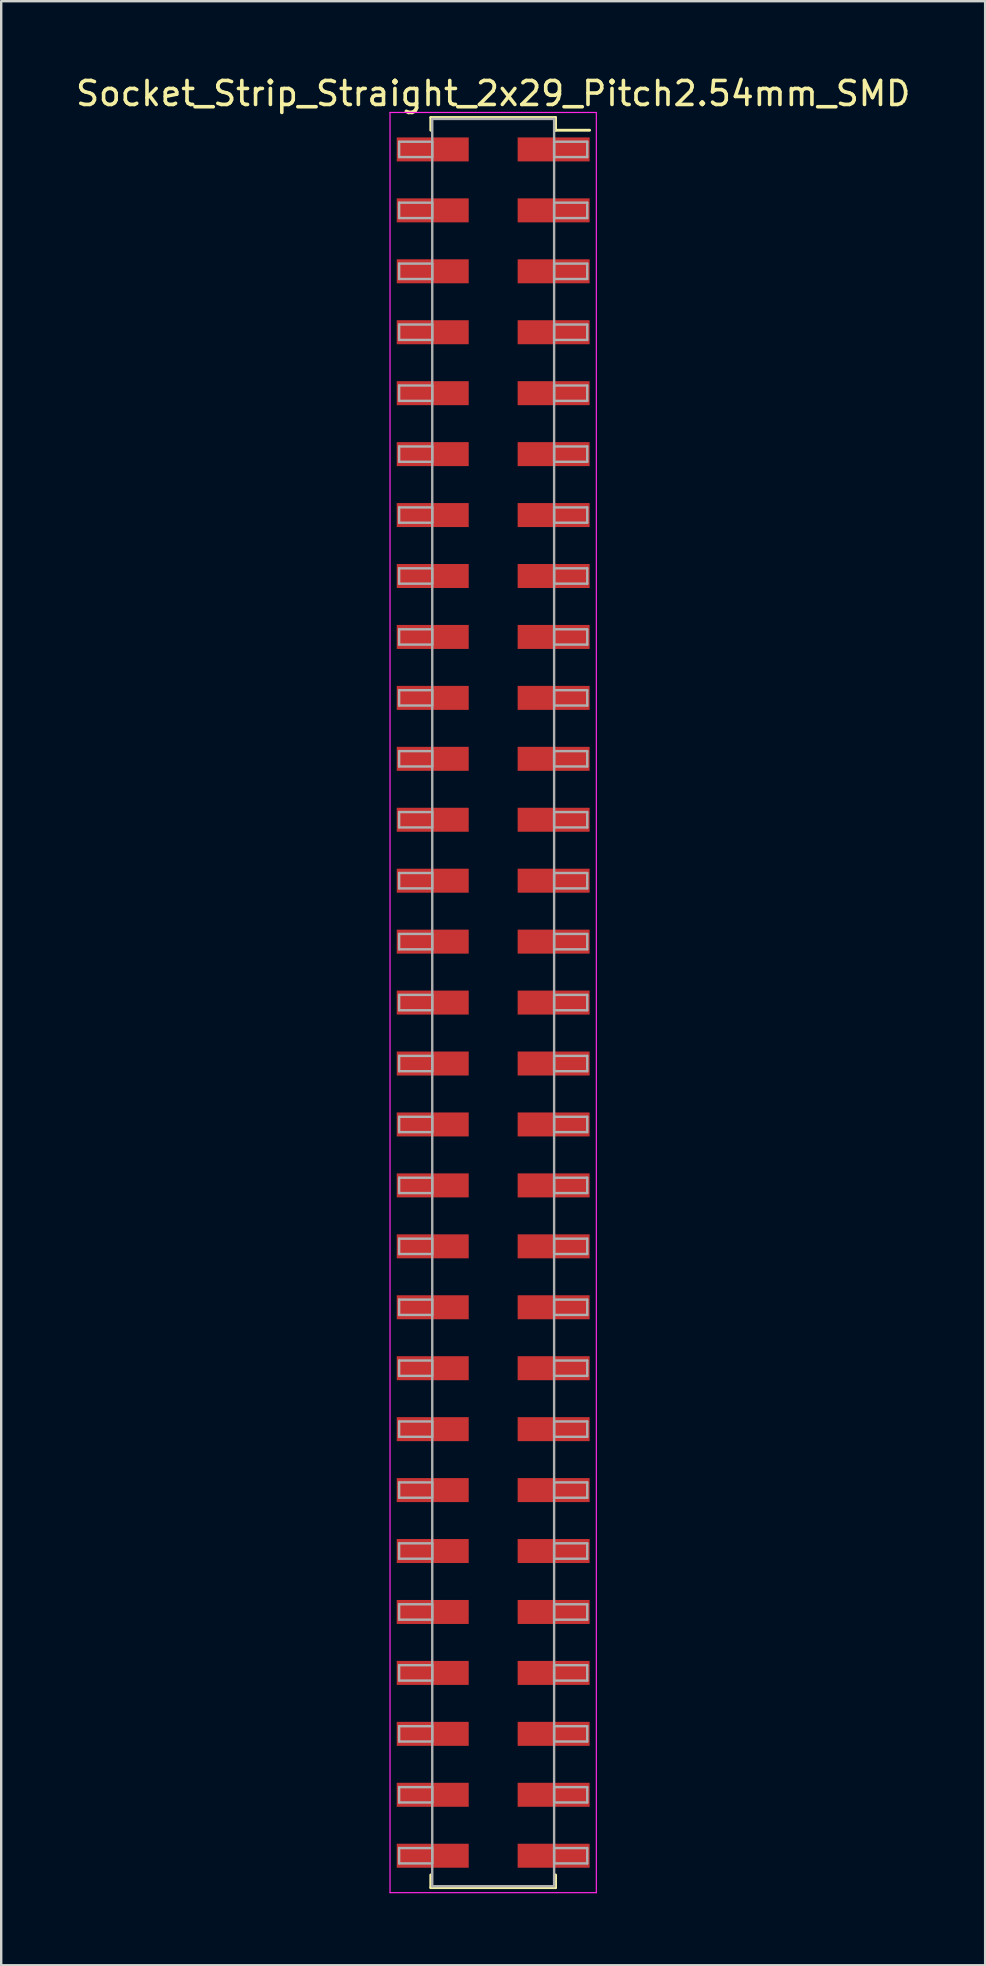
<source format=kicad_pcb>
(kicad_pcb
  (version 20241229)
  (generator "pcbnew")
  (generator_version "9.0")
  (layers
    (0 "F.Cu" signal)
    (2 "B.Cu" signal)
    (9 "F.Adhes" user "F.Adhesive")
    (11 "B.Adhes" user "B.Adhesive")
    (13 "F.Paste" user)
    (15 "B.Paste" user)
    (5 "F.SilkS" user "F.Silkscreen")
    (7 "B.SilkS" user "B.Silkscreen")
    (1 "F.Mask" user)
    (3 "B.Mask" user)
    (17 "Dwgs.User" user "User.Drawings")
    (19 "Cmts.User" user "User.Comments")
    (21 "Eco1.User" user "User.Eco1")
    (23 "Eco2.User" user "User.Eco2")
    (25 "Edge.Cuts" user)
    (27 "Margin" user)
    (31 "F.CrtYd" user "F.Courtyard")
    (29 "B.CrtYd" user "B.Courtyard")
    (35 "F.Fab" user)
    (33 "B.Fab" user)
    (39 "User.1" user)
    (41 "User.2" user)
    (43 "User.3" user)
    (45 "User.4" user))
  (footprint "Socket_Strip_Straight_2x29_Pitch2.54mm_SMD"
    (layer "F.Cu")
    (at 17.506 38.738)
    (property "Reference" "Socket_Strip_Straight_2x29_Pitch2.54mm_SMD" (at 0 -37.89 0) (layer "F.SilkS") (effects (font (size 1 1) (thickness 0.15))))
    (attr smd)
    (fp_line (start -2.6 -36.89) (end 2.6 -36.89) (stroke (width 0.12) (type solid)) (layer "F.SilkS"))
    (fp_line (start -2.6 -36.36) (end -2.6 -36.89) (stroke (width 0.12) (type solid)) (layer "F.SilkS"))
    (fp_line (start -2.6 36.36) (end -2.6 36.89) (stroke (width 0.12) (type solid)) (layer "F.SilkS"))
    (fp_line (start -2.6 36.89) (end 2.6 36.89) (stroke (width 0.12) (type solid)) (layer "F.SilkS"))
    (fp_line (start 2.6 -36.89) (end 2.6 -36.36) (stroke (width 0.12) (type solid)) (layer "F.SilkS"))
    (fp_line (start 2.6 36.89) (end 2.6 36.36) (stroke (width 0.12) (type solid)) (layer "F.SilkS"))
    (fp_line (start 4.02 -36.36) (end 2.6 -36.36) (stroke (width 0.12) (type solid)) (layer "F.SilkS"))
    (fp_line (start -4.3 -37.1) (end -4.3 37.1) (stroke (width 0.05) (type solid)) (layer "F.CrtYd"))
    (fp_line (start -4.3 37.1) (end 4.3 37.1) (stroke (width 0.05) (type solid)) (layer "F.CrtYd"))
    (fp_line (start 4.3 -37.1) (end -4.3 -37.1) (stroke (width 0.05) (type solid)) (layer "F.CrtYd"))
    (fp_line (start 4.3 37.1) (end 4.3 -37.1) (stroke (width 0.05) (type solid)) (layer "F.CrtYd"))
    (fp_line (start -3.92 -35.88) (end -2.54 -35.88) (stroke (width 0.1) (type solid)) (layer "F.Fab"))
    (fp_line (start -3.92 -35.24) (end -3.92 -35.88) (stroke (width 0.1) (type solid)) (layer "F.Fab"))
    (fp_line (start -3.92 -33.34) (end -2.54 -33.34) (stroke (width 0.1) (type solid)) (layer "F.Fab"))
    (fp_line (start -3.92 -32.7) (end -3.92 -33.34) (stroke (width 0.1) (type solid)) (layer "F.Fab"))
    (fp_line (start -3.92 -30.8) (end -2.54 -30.8) (stroke (width 0.1) (type solid)) (layer "F.Fab"))
    (fp_line (start -3.92 -30.16) (end -3.92 -30.8) (stroke (width 0.1) (type solid)) (layer "F.Fab"))
    (fp_line (start -3.92 -28.26) (end -2.54 -28.26) (stroke (width 0.1) (type solid)) (layer "F.Fab"))
    (fp_line (start -3.92 -27.62) (end -3.92 -28.26) (stroke (width 0.1) (type solid)) (layer "F.Fab"))
    (fp_line (start -3.92 -25.72) (end -2.54 -25.72) (stroke (width 0.1) (type solid)) (layer "F.Fab"))
    (fp_line (start -3.92 -25.08) (end -3.92 -25.72) (stroke (width 0.1) (type solid)) (layer "F.Fab"))
    (fp_line (start -3.92 -23.18) (end -2.54 -23.18) (stroke (width 0.1) (type solid)) (layer "F.Fab"))
    (fp_line (start -3.92 -22.54) (end -3.92 -23.18) (stroke (width 0.1) (type solid)) (layer "F.Fab"))
    (fp_line (start -3.92 -20.64) (end -2.54 -20.64) (stroke (width 0.1) (type solid)) (layer "F.Fab"))
    (fp_line (start -3.92 -20) (end -3.92 -20.64) (stroke (width 0.1) (type solid)) (layer "F.Fab"))
    (fp_line (start -3.92 -18.1) (end -2.54 -18.1) (stroke (width 0.1) (type solid)) (layer "F.Fab"))
    (fp_line (start -3.92 -17.46) (end -3.92 -18.1) (stroke (width 0.1) (type solid)) (layer "F.Fab"))
    (fp_line (start -3.92 -15.56) (end -2.54 -15.56) (stroke (width 0.1) (type solid)) (layer "F.Fab"))
    (fp_line (start -3.92 -14.92) (end -3.92 -15.56) (stroke (width 0.1) (type solid)) (layer "F.Fab"))
    (fp_line (start -3.92 -13.02) (end -2.54 -13.02) (stroke (width 0.1) (type solid)) (layer "F.Fab"))
    (fp_line (start -3.92 -12.38) (end -3.92 -13.02) (stroke (width 0.1) (type solid)) (layer "F.Fab"))
    (fp_line (start -3.92 -10.48) (end -2.54 -10.48) (stroke (width 0.1) (type solid)) (layer "F.Fab"))
    (fp_line (start -3.92 -9.84) (end -3.92 -10.48) (stroke (width 0.1) (type solid)) (layer "F.Fab"))
    (fp_line (start -3.92 -7.94) (end -2.54 -7.94) (stroke (width 0.1) (type solid)) (layer "F.Fab"))
    (fp_line (start -3.92 -7.3) (end -3.92 -7.94) (stroke (width 0.1) (type solid)) (layer "F.Fab"))
    (fp_line (start -3.92 -5.4) (end -2.54 -5.4) (stroke (width 0.1) (type solid)) (layer "F.Fab"))
    (fp_line (start -3.92 -4.76) (end -3.92 -5.4) (stroke (width 0.1) (type solid)) (layer "F.Fab"))
    (fp_line (start -3.92 -2.86) (end -2.54 -2.86) (stroke (width 0.1) (type solid)) (layer "F.Fab"))
    (fp_line (start -3.92 -2.22) (end -3.92 -2.86) (stroke (width 0.1) (type solid)) (layer "F.Fab"))
    (fp_line (start -3.92 -0.32) (end -2.54 -0.32) (stroke (width 0.1) (type solid)) (layer "F.Fab"))
    (fp_line (start -3.92 0.32) (end -3.92 -0.32) (stroke (width 0.1) (type solid)) (layer "F.Fab"))
    (fp_line (start -3.92 2.22) (end -2.54 2.22) (stroke (width 0.1) (type solid)) (layer "F.Fab"))
    (fp_line (start -3.92 2.86) (end -3.92 2.22) (stroke (width 0.1) (type solid)) (layer "F.Fab"))
    (fp_line (start -3.92 4.76) (end -2.54 4.76) (stroke (width 0.1) (type solid)) (layer "F.Fab"))
    (fp_line (start -3.92 5.4) (end -3.92 4.76) (stroke (width 0.1) (type solid)) (layer "F.Fab"))
    (fp_line (start -3.92 7.3) (end -2.54 7.3) (stroke (width 0.1) (type solid)) (layer "F.Fab"))
    (fp_line (start -3.92 7.94) (end -3.92 7.3) (stroke (width 0.1) (type solid)) (layer "F.Fab"))
    (fp_line (start -3.92 9.84) (end -2.54 9.84) (stroke (width 0.1) (type solid)) (layer "F.Fab"))
    (fp_line (start -3.92 10.48) (end -3.92 9.84) (stroke (width 0.1) (type solid)) (layer "F.Fab"))
    (fp_line (start -3.92 12.38) (end -2.54 12.38) (stroke (width 0.1) (type solid)) (layer "F.Fab"))
    (fp_line (start -3.92 13.02) (end -3.92 12.38) (stroke (width 0.1) (type solid)) (layer "F.Fab"))
    (fp_line (start -3.92 14.92) (end -2.54 14.92) (stroke (width 0.1) (type solid)) (layer "F.Fab"))
    (fp_line (start -3.92 15.56) (end -3.92 14.92) (stroke (width 0.1) (type solid)) (layer "F.Fab"))
    (fp_line (start -3.92 17.46) (end -2.54 17.46) (stroke (width 0.1) (type solid)) (layer "F.Fab"))
    (fp_line (start -3.92 18.1) (end -3.92 17.46) (stroke (width 0.1) (type solid)) (layer "F.Fab"))
    (fp_line (start -3.92 20) (end -2.54 20) (stroke (width 0.1) (type solid)) (layer "F.Fab"))
    (fp_line (start -3.92 20.64) (end -3.92 20) (stroke (width 0.1) (type solid)) (layer "F.Fab"))
    (fp_line (start -3.92 22.54) (end -2.54 22.54) (stroke (width 0.1) (type solid)) (layer "F.Fab"))
    (fp_line (start -3.92 23.18) (end -3.92 22.54) (stroke (width 0.1) (type solid)) (layer "F.Fab"))
    (fp_line (start -3.92 25.08) (end -2.54 25.08) (stroke (width 0.1) (type solid)) (layer "F.Fab"))
    (fp_line (start -3.92 25.72) (end -3.92 25.08) (stroke (width 0.1) (type solid)) (layer "F.Fab"))
    (fp_line (start -3.92 27.62) (end -2.54 27.62) (stroke (width 0.1) (type solid)) (layer "F.Fab"))
    (fp_line (start -3.92 28.26) (end -3.92 27.62) (stroke (width 0.1) (type solid)) (layer "F.Fab"))
    (fp_line (start -3.92 30.16) (end -2.54 30.16) (stroke (width 0.1) (type solid)) (layer "F.Fab"))
    (fp_line (start -3.92 30.8) (end -3.92 30.16) (stroke (width 0.1) (type solid)) (layer "F.Fab"))
    (fp_line (start -3.92 32.7) (end -2.54 32.7) (stroke (width 0.1) (type solid)) (layer "F.Fab"))
    (fp_line (start -3.92 33.34) (end -3.92 32.7) (stroke (width 0.1) (type solid)) (layer "F.Fab"))
    (fp_line (start -3.92 35.24) (end -2.54 35.24) (stroke (width 0.1) (type solid)) (layer "F.Fab"))
    (fp_line (start -3.92 35.88) (end -3.92 35.24) (stroke (width 0.1) (type solid)) (layer "F.Fab"))
    (fp_line (start -2.54 -36.83) (end -2.54 36.83) (stroke (width 0.1) (type solid)) (layer "F.Fab"))
    (fp_line (start -2.54 -35.88) (end -2.54 -35.24) (stroke (width 0.1) (type solid)) (layer "F.Fab"))
    (fp_line (start -2.54 -35.24) (end -3.92 -35.24) (stroke (width 0.1) (type solid)) (layer "F.Fab"))
    (fp_line (start -2.54 -33.34) (end -2.54 -32.7) (stroke (width 0.1) (type solid)) (layer "F.Fab"))
    (fp_line (start -2.54 -32.7) (end -3.92 -32.7) (stroke (width 0.1) (type solid)) (layer "F.Fab"))
    (fp_line (start -2.54 -30.8) (end -2.54 -30.16) (stroke (width 0.1) (type solid)) (layer "F.Fab"))
    (fp_line (start -2.54 -30.16) (end -3.92 -30.16) (stroke (width 0.1) (type solid)) (layer "F.Fab"))
    (fp_line (start -2.54 -28.26) (end -2.54 -27.62) (stroke (width 0.1) (type solid)) (layer "F.Fab"))
    (fp_line (start -2.54 -27.62) (end -3.92 -27.62) (stroke (width 0.1) (type solid)) (layer "F.Fab"))
    (fp_line (start -2.54 -25.72) (end -2.54 -25.08) (stroke (width 0.1) (type solid)) (layer "F.Fab"))
    (fp_line (start -2.54 -25.08) (end -3.92 -25.08) (stroke (width 0.1) (type solid)) (layer "F.Fab"))
    (fp_line (start -2.54 -23.18) (end -2.54 -22.54) (stroke (width 0.1) (type solid)) (layer "F.Fab"))
    (fp_line (start -2.54 -22.54) (end -3.92 -22.54) (stroke (width 0.1) (type solid)) (layer "F.Fab"))
    (fp_line (start -2.54 -20.64) (end -2.54 -20) (stroke (width 0.1) (type solid)) (layer "F.Fab"))
    (fp_line (start -2.54 -20) (end -3.92 -20) (stroke (width 0.1) (type solid)) (layer "F.Fab"))
    (fp_line (start -2.54 -18.1) (end -2.54 -17.46) (stroke (width 0.1) (type solid)) (layer "F.Fab"))
    (fp_line (start -2.54 -17.46) (end -3.92 -17.46) (stroke (width 0.1) (type solid)) (layer "F.Fab"))
    (fp_line (start -2.54 -15.56) (end -2.54 -14.92) (stroke (width 0.1) (type solid)) (layer "F.Fab"))
    (fp_line (start -2.54 -14.92) (end -3.92 -14.92) (stroke (width 0.1) (type solid)) (layer "F.Fab"))
    (fp_line (start -2.54 -13.02) (end -2.54 -12.38) (stroke (width 0.1) (type solid)) (layer "F.Fab"))
    (fp_line (start -2.54 -12.38) (end -3.92 -12.38) (stroke (width 0.1) (type solid)) (layer "F.Fab"))
    (fp_line (start -2.54 -10.48) (end -2.54 -9.84) (stroke (width 0.1) (type solid)) (layer "F.Fab"))
    (fp_line (start -2.54 -9.84) (end -3.92 -9.84) (stroke (width 0.1) (type solid)) (layer "F.Fab"))
    (fp_line (start -2.54 -7.94) (end -2.54 -7.3) (stroke (width 0.1) (type solid)) (layer "F.Fab"))
    (fp_line (start -2.54 -7.3) (end -3.92 -7.3) (stroke (width 0.1) (type solid)) (layer "F.Fab"))
    (fp_line (start -2.54 -5.4) (end -2.54 -4.76) (stroke (width 0.1) (type solid)) (layer "F.Fab"))
    (fp_line (start -2.54 -4.76) (end -3.92 -4.76) (stroke (width 0.1) (type solid)) (layer "F.Fab"))
    (fp_line (start -2.54 -2.86) (end -2.54 -2.22) (stroke (width 0.1) (type solid)) (layer "F.Fab"))
    (fp_line (start -2.54 -2.22) (end -3.92 -2.22) (stroke (width 0.1) (type solid)) (layer "F.Fab"))
    (fp_line (start -2.54 -0.32) (end -2.54 0.32) (stroke (width 0.1) (type solid)) (layer "F.Fab"))
    (fp_line (start -2.54 0.32) (end -3.92 0.32) (stroke (width 0.1) (type solid)) (layer "F.Fab"))
    (fp_line (start -2.54 2.22) (end -2.54 2.86) (stroke (width 0.1) (type solid)) (layer "F.Fab"))
    (fp_line (start -2.54 2.86) (end -3.92 2.86) (stroke (width 0.1) (type solid)) (layer "F.Fab"))
    (fp_line (start -2.54 4.76) (end -2.54 5.4) (stroke (width 0.1) (type solid)) (layer "F.Fab"))
    (fp_line (start -2.54 5.4) (end -3.92 5.4) (stroke (width 0.1) (type solid)) (layer "F.Fab"))
    (fp_line (start -2.54 7.3) (end -2.54 7.94) (stroke (width 0.1) (type solid)) (layer "F.Fab"))
    (fp_line (start -2.54 7.94) (end -3.92 7.94) (stroke (width 0.1) (type solid)) (layer "F.Fab"))
    (fp_line (start -2.54 9.84) (end -2.54 10.48) (stroke (width 0.1) (type solid)) (layer "F.Fab"))
    (fp_line (start -2.54 10.48) (end -3.92 10.48) (stroke (width 0.1) (type solid)) (layer "F.Fab"))
    (fp_line (start -2.54 12.38) (end -2.54 13.02) (stroke (width 0.1) (type solid)) (layer "F.Fab"))
    (fp_line (start -2.54 13.02) (end -3.92 13.02) (stroke (width 0.1) (type solid)) (layer "F.Fab"))
    (fp_line (start -2.54 14.92) (end -2.54 15.56) (stroke (width 0.1) (type solid)) (layer "F.Fab"))
    (fp_line (start -2.54 15.56) (end -3.92 15.56) (stroke (width 0.1) (type solid)) (layer "F.Fab"))
    (fp_line (start -2.54 17.46) (end -2.54 18.1) (stroke (width 0.1) (type solid)) (layer "F.Fab"))
    (fp_line (start -2.54 18.1) (end -3.92 18.1) (stroke (width 0.1) (type solid)) (layer "F.Fab"))
    (fp_line (start -2.54 20) (end -2.54 20.64) (stroke (width 0.1) (type solid)) (layer "F.Fab"))
    (fp_line (start -2.54 20.64) (end -3.92 20.64) (stroke (width 0.1) (type solid)) (layer "F.Fab"))
    (fp_line (start -2.54 22.54) (end -2.54 23.18) (stroke (width 0.1) (type solid)) (layer "F.Fab"))
    (fp_line (start -2.54 23.18) (end -3.92 23.18) (stroke (width 0.1) (type solid)) (layer "F.Fab"))
    (fp_line (start -2.54 25.08) (end -2.54 25.72) (stroke (width 0.1) (type solid)) (layer "F.Fab"))
    (fp_line (start -2.54 25.72) (end -3.92 25.72) (stroke (width 0.1) (type solid)) (layer "F.Fab"))
    (fp_line (start -2.54 27.62) (end -2.54 28.26) (stroke (width 0.1) (type solid)) (layer "F.Fab"))
    (fp_line (start -2.54 28.26) (end -3.92 28.26) (stroke (width 0.1) (type solid)) (layer "F.Fab"))
    (fp_line (start -2.54 30.16) (end -2.54 30.8) (stroke (width 0.1) (type solid)) (layer "F.Fab"))
    (fp_line (start -2.54 30.8) (end -3.92 30.8) (stroke (width 0.1) (type solid)) (layer "F.Fab"))
    (fp_line (start -2.54 32.7) (end -2.54 33.34) (stroke (width 0.1) (type solid)) (layer "F.Fab"))
    (fp_line (start -2.54 33.34) (end -3.92 33.34) (stroke (width 0.1) (type solid)) (layer "F.Fab"))
    (fp_line (start -2.54 35.24) (end -2.54 35.88) (stroke (width 0.1) (type solid)) (layer "F.Fab"))
    (fp_line (start -2.54 35.88) (end -3.92 35.88) (stroke (width 0.1) (type solid)) (layer "F.Fab"))
    (fp_line (start -2.54 36.83) (end 2.54 36.83) (stroke (width 0.1) (type solid)) (layer "F.Fab"))
    (fp_line (start 2.54 -36.83) (end -2.54 -36.83) (stroke (width 0.1) (type solid)) (layer "F.Fab"))
    (fp_line (start 2.54 -35.88) (end 2.54 -35.24) (stroke (width 0.1) (type solid)) (layer "F.Fab"))
    (fp_line (start 2.54 -35.24) (end 3.92 -35.24) (stroke (width 0.1) (type solid)) (layer "F.Fab"))
    (fp_line (start 2.54 -33.34) (end 2.54 -32.7) (stroke (width 0.1) (type solid)) (layer "F.Fab"))
    (fp_line (start 2.54 -32.7) (end 3.92 -32.7) (stroke (width 0.1) (type solid)) (layer "F.Fab"))
    (fp_line (start 2.54 -30.8) (end 2.54 -30.16) (stroke (width 0.1) (type solid)) (layer "F.Fab"))
    (fp_line (start 2.54 -30.16) (end 3.92 -30.16) (stroke (width 0.1) (type solid)) (layer "F.Fab"))
    (fp_line (start 2.54 -28.26) (end 2.54 -27.62) (stroke (width 0.1) (type solid)) (layer "F.Fab"))
    (fp_line (start 2.54 -27.62) (end 3.92 -27.62) (stroke (width 0.1) (type solid)) (layer "F.Fab"))
    (fp_line (start 2.54 -25.72) (end 2.54 -25.08) (stroke (width 0.1) (type solid)) (layer "F.Fab"))
    (fp_line (start 2.54 -25.08) (end 3.92 -25.08) (stroke (width 0.1) (type solid)) (layer "F.Fab"))
    (fp_line (start 2.54 -23.18) (end 2.54 -22.54) (stroke (width 0.1) (type solid)) (layer "F.Fab"))
    (fp_line (start 2.54 -22.54) (end 3.92 -22.54) (stroke (width 0.1) (type solid)) (layer "F.Fab"))
    (fp_line (start 2.54 -20.64) (end 2.54 -20) (stroke (width 0.1) (type solid)) (layer "F.Fab"))
    (fp_line (start 2.54 -20) (end 3.92 -20) (stroke (width 0.1) (type solid)) (layer "F.Fab"))
    (fp_line (start 2.54 -18.1) (end 2.54 -17.46) (stroke (width 0.1) (type solid)) (layer "F.Fab"))
    (fp_line (start 2.54 -17.46) (end 3.92 -17.46) (stroke (width 0.1) (type solid)) (layer "F.Fab"))
    (fp_line (start 2.54 -15.56) (end 2.54 -14.92) (stroke (width 0.1) (type solid)) (layer "F.Fab"))
    (fp_line (start 2.54 -14.92) (end 3.92 -14.92) (stroke (width 0.1) (type solid)) (layer "F.Fab"))
    (fp_line (start 2.54 -13.02) (end 2.54 -12.38) (stroke (width 0.1) (type solid)) (layer "F.Fab"))
    (fp_line (start 2.54 -12.38) (end 3.92 -12.38) (stroke (width 0.1) (type solid)) (layer "F.Fab"))
    (fp_line (start 2.54 -10.48) (end 2.54 -9.84) (stroke (width 0.1) (type solid)) (layer "F.Fab"))
    (fp_line (start 2.54 -9.84) (end 3.92 -9.84) (stroke (width 0.1) (type solid)) (layer "F.Fab"))
    (fp_line (start 2.54 -7.94) (end 2.54 -7.3) (stroke (width 0.1) (type solid)) (layer "F.Fab"))
    (fp_line (start 2.54 -7.3) (end 3.92 -7.3) (stroke (width 0.1) (type solid)) (layer "F.Fab"))
    (fp_line (start 2.54 -5.4) (end 2.54 -4.76) (stroke (width 0.1) (type solid)) (layer "F.Fab"))
    (fp_line (start 2.54 -4.76) (end 3.92 -4.76) (stroke (width 0.1) (type solid)) (layer "F.Fab"))
    (fp_line (start 2.54 -2.86) (end 2.54 -2.22) (stroke (width 0.1) (type solid)) (layer "F.Fab"))
    (fp_line (start 2.54 -2.22) (end 3.92 -2.22) (stroke (width 0.1) (type solid)) (layer "F.Fab"))
    (fp_line (start 2.54 -0.32) (end 2.54 0.32) (stroke (width 0.1) (type solid)) (layer "F.Fab"))
    (fp_line (start 2.54 0.32) (end 3.92 0.32) (stroke (width 0.1) (type solid)) (layer "F.Fab"))
    (fp_line (start 2.54 2.22) (end 2.54 2.86) (stroke (width 0.1) (type solid)) (layer "F.Fab"))
    (fp_line (start 2.54 2.86) (end 3.92 2.86) (stroke (width 0.1) (type solid)) (layer "F.Fab"))
    (fp_line (start 2.54 4.76) (end 2.54 5.4) (stroke (width 0.1) (type solid)) (layer "F.Fab"))
    (fp_line (start 2.54 5.4) (end 3.92 5.4) (stroke (width 0.1) (type solid)) (layer "F.Fab"))
    (fp_line (start 2.54 7.3) (end 2.54 7.94) (stroke (width 0.1) (type solid)) (layer "F.Fab"))
    (fp_line (start 2.54 7.94) (end 3.92 7.94) (stroke (width 0.1) (type solid)) (layer "F.Fab"))
    (fp_line (start 2.54 9.84) (end 2.54 10.48) (stroke (width 0.1) (type solid)) (layer "F.Fab"))
    (fp_line (start 2.54 10.48) (end 3.92 10.48) (stroke (width 0.1) (type solid)) (layer "F.Fab"))
    (fp_line (start 2.54 12.38) (end 2.54 13.02) (stroke (width 0.1) (type solid)) (layer "F.Fab"))
    (fp_line (start 2.54 13.02) (end 3.92 13.02) (stroke (width 0.1) (type solid)) (layer "F.Fab"))
    (fp_line (start 2.54 14.92) (end 2.54 15.56) (stroke (width 0.1) (type solid)) (layer "F.Fab"))
    (fp_line (start 2.54 15.56) (end 3.92 15.56) (stroke (width 0.1) (type solid)) (layer "F.Fab"))
    (fp_line (start 2.54 17.46) (end 2.54 18.1) (stroke (width 0.1) (type solid)) (layer "F.Fab"))
    (fp_line (start 2.54 18.1) (end 3.92 18.1) (stroke (width 0.1) (type solid)) (layer "F.Fab"))
    (fp_line (start 2.54 20) (end 2.54 20.64) (stroke (width 0.1) (type solid)) (layer "F.Fab"))
    (fp_line (start 2.54 20.64) (end 3.92 20.64) (stroke (width 0.1) (type solid)) (layer "F.Fab"))
    (fp_line (start 2.54 22.54) (end 2.54 23.18) (stroke (width 0.1) (type solid)) (layer "F.Fab"))
    (fp_line (start 2.54 23.18) (end 3.92 23.18) (stroke (width 0.1) (type solid)) (layer "F.Fab"))
    (fp_line (start 2.54 25.08) (end 2.54 25.72) (stroke (width 0.1) (type solid)) (layer "F.Fab"))
    (fp_line (start 2.54 25.72) (end 3.92 25.72) (stroke (width 0.1) (type solid)) (layer "F.Fab"))
    (fp_line (start 2.54 27.62) (end 2.54 28.26) (stroke (width 0.1) (type solid)) (layer "F.Fab"))
    (fp_line (start 2.54 28.26) (end 3.92 28.26) (stroke (width 0.1) (type solid)) (layer "F.Fab"))
    (fp_line (start 2.54 30.16) (end 2.54 30.8) (stroke (width 0.1) (type solid)) (layer "F.Fab"))
    (fp_line (start 2.54 30.8) (end 3.92 30.8) (stroke (width 0.1) (type solid)) (layer "F.Fab"))
    (fp_line (start 2.54 32.7) (end 2.54 33.34) (stroke (width 0.1) (type solid)) (layer "F.Fab"))
    (fp_line (start 2.54 33.34) (end 3.92 33.34) (stroke (width 0.1) (type solid)) (layer "F.Fab"))
    (fp_line (start 2.54 35.24) (end 2.54 35.88) (stroke (width 0.1) (type solid)) (layer "F.Fab"))
    (fp_line (start 2.54 35.88) (end 3.92 35.88) (stroke (width 0.1) (type solid)) (layer "F.Fab"))
    (fp_line (start 2.54 36.83) (end 2.54 -36.83) (stroke (width 0.1) (type solid)) (layer "F.Fab"))
    (fp_line (start 3.92 -35.88) (end 2.54 -35.88) (stroke (width 0.1) (type solid)) (layer "F.Fab"))
    (fp_line (start 3.92 -35.24) (end 3.92 -35.88) (stroke (width 0.1) (type solid)) (layer "F.Fab"))
    (fp_line (start 3.92 -33.34) (end 2.54 -33.34) (stroke (width 0.1) (type solid)) (layer "F.Fab"))
    (fp_line (start 3.92 -32.7) (end 3.92 -33.34) (stroke (width 0.1) (type solid)) (layer "F.Fab"))
    (fp_line (start 3.92 -30.8) (end 2.54 -30.8) (stroke (width 0.1) (type solid)) (layer "F.Fab"))
    (fp_line (start 3.92 -30.16) (end 3.92 -30.8) (stroke (width 0.1) (type solid)) (layer "F.Fab"))
    (fp_line (start 3.92 -28.26) (end 2.54 -28.26) (stroke (width 0.1) (type solid)) (layer "F.Fab"))
    (fp_line (start 3.92 -27.62) (end 3.92 -28.26) (stroke (width 0.1) (type solid)) (layer "F.Fab"))
    (fp_line (start 3.92 -25.72) (end 2.54 -25.72) (stroke (width 0.1) (type solid)) (layer "F.Fab"))
    (fp_line (start 3.92 -25.08) (end 3.92 -25.72) (stroke (width 0.1) (type solid)) (layer "F.Fab"))
    (fp_line (start 3.92 -23.18) (end 2.54 -23.18) (stroke (width 0.1) (type solid)) (layer "F.Fab"))
    (fp_line (start 3.92 -22.54) (end 3.92 -23.18) (stroke (width 0.1) (type solid)) (layer "F.Fab"))
    (fp_line (start 3.92 -20.64) (end 2.54 -20.64) (stroke (width 0.1) (type solid)) (layer "F.Fab"))
    (fp_line (start 3.92 -20) (end 3.92 -20.64) (stroke (width 0.1) (type solid)) (layer "F.Fab"))
    (fp_line (start 3.92 -18.1) (end 2.54 -18.1) (stroke (width 0.1) (type solid)) (layer "F.Fab"))
    (fp_line (start 3.92 -17.46) (end 3.92 -18.1) (stroke (width 0.1) (type solid)) (layer "F.Fab"))
    (fp_line (start 3.92 -15.56) (end 2.54 -15.56) (stroke (width 0.1) (type solid)) (layer "F.Fab"))
    (fp_line (start 3.92 -14.92) (end 3.92 -15.56) (stroke (width 0.1) (type solid)) (layer "F.Fab"))
    (fp_line (start 3.92 -13.02) (end 2.54 -13.02) (stroke (width 0.1) (type solid)) (layer "F.Fab"))
    (fp_line (start 3.92 -12.38) (end 3.92 -13.02) (stroke (width 0.1) (type solid)) (layer "F.Fab"))
    (fp_line (start 3.92 -10.48) (end 2.54 -10.48) (stroke (width 0.1) (type solid)) (layer "F.Fab"))
    (fp_line (start 3.92 -9.84) (end 3.92 -10.48) (stroke (width 0.1) (type solid)) (layer "F.Fab"))
    (fp_line (start 3.92 -7.94) (end 2.54 -7.94) (stroke (width 0.1) (type solid)) (layer "F.Fab"))
    (fp_line (start 3.92 -7.3) (end 3.92 -7.94) (stroke (width 0.1) (type solid)) (layer "F.Fab"))
    (fp_line (start 3.92 -5.4) (end 2.54 -5.4) (stroke (width 0.1) (type solid)) (layer "F.Fab"))
    (fp_line (start 3.92 -4.76) (end 3.92 -5.4) (stroke (width 0.1) (type solid)) (layer "F.Fab"))
    (fp_line (start 3.92 -2.86) (end 2.54 -2.86) (stroke (width 0.1) (type solid)) (layer "F.Fab"))
    (fp_line (start 3.92 -2.22) (end 3.92 -2.86) (stroke (width 0.1) (type solid)) (layer "F.Fab"))
    (fp_line (start 3.92 -0.32) (end 2.54 -0.32) (stroke (width 0.1) (type solid)) (layer "F.Fab"))
    (fp_line (start 3.92 0.32) (end 3.92 -0.32) (stroke (width 0.1) (type solid)) (layer "F.Fab"))
    (fp_line (start 3.92 2.22) (end 2.54 2.22) (stroke (width 0.1) (type solid)) (layer "F.Fab"))
    (fp_line (start 3.92 2.86) (end 3.92 2.22) (stroke (width 0.1) (type solid)) (layer "F.Fab"))
    (fp_line (start 3.92 4.76) (end 2.54 4.76) (stroke (width 0.1) (type solid)) (layer "F.Fab"))
    (fp_line (start 3.92 5.4) (end 3.92 4.76) (stroke (width 0.1) (type solid)) (layer "F.Fab"))
    (fp_line (start 3.92 7.3) (end 2.54 7.3) (stroke (width 0.1) (type solid)) (layer "F.Fab"))
    (fp_line (start 3.92 7.94) (end 3.92 7.3) (stroke (width 0.1) (type solid)) (layer "F.Fab"))
    (fp_line (start 3.92 9.84) (end 2.54 9.84) (stroke (width 0.1) (type solid)) (layer "F.Fab"))
    (fp_line (start 3.92 10.48) (end 3.92 9.84) (stroke (width 0.1) (type solid)) (layer "F.Fab"))
    (fp_line (start 3.92 12.38) (end 2.54 12.38) (stroke (width 0.1) (type solid)) (layer "F.Fab"))
    (fp_line (start 3.92 13.02) (end 3.92 12.38) (stroke (width 0.1) (type solid)) (layer "F.Fab"))
    (fp_line (start 3.92 14.92) (end 2.54 14.92) (stroke (width 0.1) (type solid)) (layer "F.Fab"))
    (fp_line (start 3.92 15.56) (end 3.92 14.92) (stroke (width 0.1) (type solid)) (layer "F.Fab"))
    (fp_line (start 3.92 17.46) (end 2.54 17.46) (stroke (width 0.1) (type solid)) (layer "F.Fab"))
    (fp_line (start 3.92 18.1) (end 3.92 17.46) (stroke (width 0.1) (type solid)) (layer "F.Fab"))
    (fp_line (start 3.92 20) (end 2.54 20) (stroke (width 0.1) (type solid)) (layer "F.Fab"))
    (fp_line (start 3.92 20.64) (end 3.92 20) (stroke (width 0.1) (type solid)) (layer "F.Fab"))
    (fp_line (start 3.92 22.54) (end 2.54 22.54) (stroke (width 0.1) (type solid)) (layer "F.Fab"))
    (fp_line (start 3.92 23.18) (end 3.92 22.54) (stroke (width 0.1) (type solid)) (layer "F.Fab"))
    (fp_line (start 3.92 25.08) (end 2.54 25.08) (stroke (width 0.1) (type solid)) (layer "F.Fab"))
    (fp_line (start 3.92 25.72) (end 3.92 25.08) (stroke (width 0.1) (type solid)) (layer "F.Fab"))
    (fp_line (start 3.92 27.62) (end 2.54 27.62) (stroke (width 0.1) (type solid)) (layer "F.Fab"))
    (fp_line (start 3.92 28.26) (end 3.92 27.62) (stroke (width 0.1) (type solid)) (layer "F.Fab"))
    (fp_line (start 3.92 30.16) (end 2.54 30.16) (stroke (width 0.1) (type solid)) (layer "F.Fab"))
    (fp_line (start 3.92 30.8) (end 3.92 30.16) (stroke (width 0.1) (type solid)) (layer "F.Fab"))
    (fp_line (start 3.92 32.7) (end 2.54 32.7) (stroke (width 0.1) (type solid)) (layer "F.Fab"))
    (fp_line (start 3.92 33.34) (end 3.92 32.7) (stroke (width 0.1) (type solid)) (layer "F.Fab"))
    (fp_line (start 3.92 35.24) (end 2.54 35.24) (stroke (width 0.1) (type solid)) (layer "F.Fab"))
    (fp_line (start 3.92 35.88) (end 3.92 35.24) (stroke (width 0.1) (type solid)) (layer "F.Fab"))
    (pad "1" smd rect (at 2.52 -35.56) (size 3 1) (layers "F.Cu" "F.Mask"))
    (pad "2" smd rect (at -2.52 -35.56) (size 3 1) (layers "F.Cu" "F.Mask"))
    (pad "3" smd rect (at 2.52 -33.02) (size 3 1) (layers "F.Cu" "F.Mask"))
    (pad "4" smd rect (at -2.52 -33.02) (size 3 1) (layers "F.Cu" "F.Mask"))
    (pad "5" smd rect (at 2.52 -30.48) (size 3 1) (layers "F.Cu" "F.Mask"))
    (pad "6" smd rect (at -2.52 -30.48) (size 3 1) (layers "F.Cu" "F.Mask"))
    (pad "7" smd rect (at 2.52 -27.94) (size 3 1) (layers "F.Cu" "F.Mask"))
    (pad "8" smd rect (at -2.52 -27.94) (size 3 1) (layers "F.Cu" "F.Mask"))
    (pad "9" smd rect (at 2.52 -25.4) (size 3 1) (layers "F.Cu" "F.Mask"))
    (pad "10" smd rect (at -2.52 -25.4) (size 3 1) (layers "F.Cu" "F.Mask"))
    (pad "11" smd rect (at 2.52 -22.86) (size 3 1) (layers "F.Cu" "F.Mask"))
    (pad "12" smd rect (at -2.52 -22.86) (size 3 1) (layers "F.Cu" "F.Mask"))
    (pad "13" smd rect (at 2.52 -20.32) (size 3 1) (layers "F.Cu" "F.Mask"))
    (pad "14" smd rect (at -2.52 -20.32) (size 3 1) (layers "F.Cu" "F.Mask"))
    (pad "15" smd rect (at 2.52 -17.78) (size 3 1) (layers "F.Cu" "F.Mask"))
    (pad "16" smd rect (at -2.52 -17.78) (size 3 1) (layers "F.Cu" "F.Mask"))
    (pad "17" smd rect (at 2.52 -15.24) (size 3 1) (layers "F.Cu" "F.Mask"))
    (pad "18" smd rect (at -2.52 -15.24) (size 3 1) (layers "F.Cu" "F.Mask"))
    (pad "19" smd rect (at 2.52 -12.7) (size 3 1) (layers "F.Cu" "F.Mask"))
    (pad "20" smd rect (at -2.52 -12.7) (size 3 1) (layers "F.Cu" "F.Mask"))
    (pad "21" smd rect (at 2.52 -10.16) (size 3 1) (layers "F.Cu" "F.Mask"))
    (pad "22" smd rect (at -2.52 -10.16) (size 3 1) (layers "F.Cu" "F.Mask"))
    (pad "23" smd rect (at 2.52 -7.62) (size 3 1) (layers "F.Cu" "F.Mask"))
    (pad "24" smd rect (at -2.52 -7.62) (size 3 1) (layers "F.Cu" "F.Mask"))
    (pad "25" smd rect (at 2.52 -5.08) (size 3 1) (layers "F.Cu" "F.Mask"))
    (pad "26" smd rect (at -2.52 -5.08) (size 3 1) (layers "F.Cu" "F.Mask"))
    (pad "27" smd rect (at 2.52 -2.54) (size 3 1) (layers "F.Cu" "F.Mask"))
    (pad "28" smd rect (at -2.52 -2.54) (size 3 1) (layers "F.Cu" "F.Mask"))
    (pad "29" smd rect (at 2.52 0) (size 3 1) (layers "F.Cu" "F.Mask"))
    (pad "30" smd rect (at -2.52 0) (size 3 1) (layers "F.Cu" "F.Mask"))
    (pad "31" smd rect (at 2.52 2.54) (size 3 1) (layers "F.Cu" "F.Mask"))
    (pad "32" smd rect (at -2.52 2.54) (size 3 1) (layers "F.Cu" "F.Mask"))
    (pad "33" smd rect (at 2.52 5.08) (size 3 1) (layers "F.Cu" "F.Mask"))
    (pad "34" smd rect (at -2.52 5.08) (size 3 1) (layers "F.Cu" "F.Mask"))
    (pad "35" smd rect (at 2.52 7.62) (size 3 1) (layers "F.Cu" "F.Mask"))
    (pad "36" smd rect (at -2.52 7.62) (size 3 1) (layers "F.Cu" "F.Mask"))
    (pad "37" smd rect (at 2.52 10.16) (size 3 1) (layers "F.Cu" "F.Mask"))
    (pad "38" smd rect (at -2.52 10.16) (size 3 1) (layers "F.Cu" "F.Mask"))
    (pad "39" smd rect (at 2.52 12.7) (size 3 1) (layers "F.Cu" "F.Mask"))
    (pad "40" smd rect (at -2.52 12.7) (size 3 1) (layers "F.Cu" "F.Mask"))
    (pad "41" smd rect (at 2.52 15.24) (size 3 1) (layers "F.Cu" "F.Mask"))
    (pad "42" smd rect (at -2.52 15.24) (size 3 1) (layers "F.Cu" "F.Mask"))
    (pad "43" smd rect (at 2.52 17.78) (size 3 1) (layers "F.Cu" "F.Mask"))
    (pad "44" smd rect (at -2.52 17.78) (size 3 1) (layers "F.Cu" "F.Mask"))
    (pad "45" smd rect (at 2.52 20.32) (size 3 1) (layers "F.Cu" "F.Mask"))
    (pad "46" smd rect (at -2.52 20.32) (size 3 1) (layers "F.Cu" "F.Mask"))
    (pad "47" smd rect (at 2.52 22.86) (size 3 1) (layers "F.Cu" "F.Mask"))
    (pad "48" smd rect (at -2.52 22.86) (size 3 1) (layers "F.Cu" "F.Mask"))
    (pad "49" smd rect (at 2.52 25.4) (size 3 1) (layers "F.Cu" "F.Mask"))
    (pad "50" smd rect (at -2.52 25.4) (size 3 1) (layers "F.Cu" "F.Mask"))
    (pad "51" smd rect (at 2.52 27.94) (size 3 1) (layers "F.Cu" "F.Mask"))
    (pad "52" smd rect (at -2.52 27.94) (size 3 1) (layers "F.Cu" "F.Mask"))
    (pad "53" smd rect (at 2.52 30.48) (size 3 1) (layers "F.Cu" "F.Mask"))
    (pad "54" smd rect (at -2.52 30.48) (size 3 1) (layers "F.Cu" "F.Mask"))
    (pad "55" smd rect (at 2.52 33.02) (size 3 1) (layers "F.Cu" "F.Mask"))
    (pad "56" smd rect (at -2.52 33.02) (size 3 1) (layers "F.Cu" "F.Mask"))
    (pad "57" smd rect (at 2.52 35.56) (size 3 1) (layers "F.Cu" "F.Mask"))
    (pad "58" smd rect (at -2.52 35.56) (size 3 1) (layers "F.Cu" "F.Mask")))
  (gr_rect
    (start -3 -3)
    (end 38.012 78.863)
    (stroke (width 0.1) (type default))
    (fill no)
    (layer "Edge.Cuts")))
</source>
